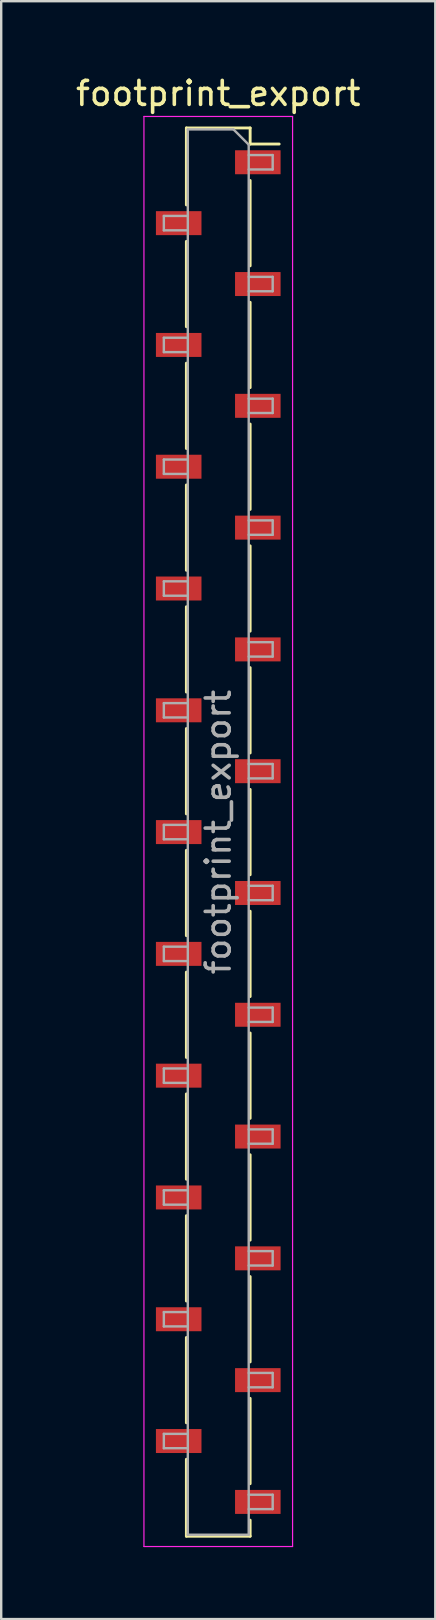
<source format=kicad_pcb>
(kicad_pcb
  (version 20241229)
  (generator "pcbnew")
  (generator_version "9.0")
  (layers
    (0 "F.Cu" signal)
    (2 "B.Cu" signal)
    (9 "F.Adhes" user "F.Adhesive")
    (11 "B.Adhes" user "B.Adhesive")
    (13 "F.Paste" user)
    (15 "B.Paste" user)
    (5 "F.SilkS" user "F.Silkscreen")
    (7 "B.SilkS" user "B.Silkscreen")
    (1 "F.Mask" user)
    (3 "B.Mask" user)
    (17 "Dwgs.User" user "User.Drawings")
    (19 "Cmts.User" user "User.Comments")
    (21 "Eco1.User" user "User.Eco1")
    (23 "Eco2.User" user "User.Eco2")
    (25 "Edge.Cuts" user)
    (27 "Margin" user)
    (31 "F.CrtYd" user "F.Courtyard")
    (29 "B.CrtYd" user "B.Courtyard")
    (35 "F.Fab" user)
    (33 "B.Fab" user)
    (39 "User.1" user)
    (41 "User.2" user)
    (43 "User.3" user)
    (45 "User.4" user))
  (footprint "footprint_export"
    (layer "F.Cu")
    (at 6.054 31.658)
    (property "Reference" "footprint_export" (at 0 -30.81 0) (layer "F.SilkS") (effects (font (size 1 1) (thickness 0.15))))
    (attr smd)
    (fp_line (start -1.33 -29.37) (end -1.33 -26.16) (stroke (width 0.12) (type solid)) (layer "F.SilkS"))
    (fp_line (start -1.33 -29.37) (end 1.33 -29.37) (stroke (width 0.12) (type solid)) (layer "F.SilkS"))
    (fp_line (start -1.33 -24.64) (end -1.33 -21.08) (stroke (width 0.12) (type solid)) (layer "F.SilkS"))
    (fp_line (start -1.33 -19.56) (end -1.33 -16) (stroke (width 0.12) (type solid)) (layer "F.SilkS"))
    (fp_line (start -1.33 -14.48) (end -1.33 -10.92) (stroke (width 0.12) (type solid)) (layer "F.SilkS"))
    (fp_line (start -1.33 -9.4) (end -1.33 -5.84) (stroke (width 0.12) (type solid)) (layer "F.SilkS"))
    (fp_line (start -1.33 -4.32) (end -1.33 -0.76) (stroke (width 0.12) (type solid)) (layer "F.SilkS"))
    (fp_line (start -1.33 0.76) (end -1.33 4.32) (stroke (width 0.12) (type solid)) (layer "F.SilkS"))
    (fp_line (start -1.33 5.84) (end -1.33 9.4) (stroke (width 0.12) (type solid)) (layer "F.SilkS"))
    (fp_line (start -1.33 10.92) (end -1.33 14.48) (stroke (width 0.12) (type solid)) (layer "F.SilkS"))
    (fp_line (start -1.33 16) (end -1.33 19.56) (stroke (width 0.12) (type solid)) (layer "F.SilkS"))
    (fp_line (start -1.33 21.08) (end -1.33 24.64) (stroke (width 0.12) (type solid)) (layer "F.SilkS"))
    (fp_line (start -1.33 26.16) (end -1.33 29.37) (stroke (width 0.12) (type solid)) (layer "F.SilkS"))
    (fp_line (start -1.33 29.37) (end 1.33 29.37) (stroke (width 0.12) (type solid)) (layer "F.SilkS"))
    (fp_line (start 1.33 -29.37) (end 1.33 -28.7) (stroke (width 0.12) (type solid)) (layer "F.SilkS"))
    (fp_line (start 1.33 -28.7) (end 2.54 -28.7) (stroke (width 0.12) (type solid)) (layer "F.SilkS"))
    (fp_line (start 1.33 -27.18) (end 1.33 -23.62) (stroke (width 0.12) (type solid)) (layer "F.SilkS"))
    (fp_line (start 1.33 -22.1) (end 1.33 -18.54) (stroke (width 0.12) (type solid)) (layer "F.SilkS"))
    (fp_line (start 1.33 -17.02) (end 1.33 -13.46) (stroke (width 0.12) (type solid)) (layer "F.SilkS"))
    (fp_line (start 1.33 -11.94) (end 1.33 -8.38) (stroke (width 0.12) (type solid)) (layer "F.SilkS"))
    (fp_line (start 1.33 -6.86) (end 1.33 -3.3) (stroke (width 0.12) (type solid)) (layer "F.SilkS"))
    (fp_line (start 1.33 -1.78) (end 1.33 1.78) (stroke (width 0.12) (type solid)) (layer "F.SilkS"))
    (fp_line (start 1.33 3.3) (end 1.33 6.86) (stroke (width 0.12) (type solid)) (layer "F.SilkS"))
    (fp_line (start 1.33 8.38) (end 1.33 11.94) (stroke (width 0.12) (type solid)) (layer "F.SilkS"))
    (fp_line (start 1.33 13.46) (end 1.33 17.02) (stroke (width 0.12) (type solid)) (layer "F.SilkS"))
    (fp_line (start 1.33 18.54) (end 1.33 22.1) (stroke (width 0.12) (type solid)) (layer "F.SilkS"))
    (fp_line (start 1.33 23.62) (end 1.33 27.18) (stroke (width 0.12) (type solid)) (layer "F.SilkS"))
    (fp_line (start 1.33 28.7) (end 1.33 29.37) (stroke (width 0.12) (type solid)) (layer "F.SilkS"))
    (fp_line (start -3.1 -29.85) (end 3.1 -29.85) (stroke (width 0.05) (type solid)) (layer "F.CrtYd"))
    (fp_line (start -3.1 29.8) (end -3.1 -29.85) (stroke (width 0.05) (type solid)) (layer "F.CrtYd"))
    (fp_line (start 3.1 -29.85) (end 3.1 29.8) (stroke (width 0.05) (type solid)) (layer "F.CrtYd"))
    (fp_line (start 3.1 29.8) (end -3.1 29.8) (stroke (width 0.05) (type solid)) (layer "F.CrtYd"))
    (fp_line (start -2.27 -25.7) (end -1.27 -25.7) (stroke (width 0.1) (type solid)) (layer "F.Fab"))
    (fp_line (start -2.27 -25.1) (end -2.27 -25.7) (stroke (width 0.1) (type solid)) (layer "F.Fab"))
    (fp_line (start -2.27 -20.62) (end -1.27 -20.62) (stroke (width 0.1) (type solid)) (layer "F.Fab"))
    (fp_line (start -2.27 -20.02) (end -2.27 -20.62) (stroke (width 0.1) (type solid)) (layer "F.Fab"))
    (fp_line (start -2.27 -15.54) (end -1.27 -15.54) (stroke (width 0.1) (type solid)) (layer "F.Fab"))
    (fp_line (start -2.27 -14.94) (end -2.27 -15.54) (stroke (width 0.1) (type solid)) (layer "F.Fab"))
    (fp_line (start -2.27 -10.46) (end -1.27 -10.46) (stroke (width 0.1) (type solid)) (layer "F.Fab"))
    (fp_line (start -2.27 -9.86) (end -2.27 -10.46) (stroke (width 0.1) (type solid)) (layer "F.Fab"))
    (fp_line (start -2.27 -5.38) (end -1.27 -5.38) (stroke (width 0.1) (type solid)) (layer "F.Fab"))
    (fp_line (start -2.27 -4.78) (end -2.27 -5.38) (stroke (width 0.1) (type solid)) (layer "F.Fab"))
    (fp_line (start -2.27 -0.3) (end -1.27 -0.3) (stroke (width 0.1) (type solid)) (layer "F.Fab"))
    (fp_line (start -2.27 0.3) (end -2.27 -0.3) (stroke (width 0.1) (type solid)) (layer "F.Fab"))
    (fp_line (start -2.27 4.78) (end -1.27 4.78) (stroke (width 0.1) (type solid)) (layer "F.Fab"))
    (fp_line (start -2.27 5.38) (end -2.27 4.78) (stroke (width 0.1) (type solid)) (layer "F.Fab"))
    (fp_line (start -2.27 9.86) (end -1.27 9.86) (stroke (width 0.1) (type solid)) (layer "F.Fab"))
    (fp_line (start -2.27 10.46) (end -2.27 9.86) (stroke (width 0.1) (type solid)) (layer "F.Fab"))
    (fp_line (start -2.27 14.94) (end -1.27 14.94) (stroke (width 0.1) (type solid)) (layer "F.Fab"))
    (fp_line (start -2.27 15.54) (end -2.27 14.94) (stroke (width 0.1) (type solid)) (layer "F.Fab"))
    (fp_line (start -2.27 20.02) (end -1.27 20.02) (stroke (width 0.1) (type solid)) (layer "F.Fab"))
    (fp_line (start -2.27 20.62) (end -2.27 20.02) (stroke (width 0.1) (type solid)) (layer "F.Fab"))
    (fp_line (start -2.27 25.1) (end -1.27 25.1) (stroke (width 0.1) (type solid)) (layer "F.Fab"))
    (fp_line (start -2.27 25.7) (end -2.27 25.1) (stroke (width 0.1) (type solid)) (layer "F.Fab"))
    (fp_line (start -1.27 -29.31) (end 0.635 -29.31) (stroke (width 0.1) (type solid)) (layer "F.Fab"))
    (fp_line (start -1.27 -25.1) (end -2.27 -25.1) (stroke (width 0.1) (type solid)) (layer "F.Fab"))
    (fp_line (start -1.27 -20.02) (end -2.27 -20.02) (stroke (width 0.1) (type solid)) (layer "F.Fab"))
    (fp_line (start -1.27 -14.94) (end -2.27 -14.94) (stroke (width 0.1) (type solid)) (layer "F.Fab"))
    (fp_line (start -1.27 -9.86) (end -2.27 -9.86) (stroke (width 0.1) (type solid)) (layer "F.Fab"))
    (fp_line (start -1.27 -4.78) (end -2.27 -4.78) (stroke (width 0.1) (type solid)) (layer "F.Fab"))
    (fp_line (start -1.27 0.3) (end -2.27 0.3) (stroke (width 0.1) (type solid)) (layer "F.Fab"))
    (fp_line (start -1.27 5.38) (end -2.27 5.38) (stroke (width 0.1) (type solid)) (layer "F.Fab"))
    (fp_line (start -1.27 10.46) (end -2.27 10.46) (stroke (width 0.1) (type solid)) (layer "F.Fab"))
    (fp_line (start -1.27 15.54) (end -2.27 15.54) (stroke (width 0.1) (type solid)) (layer "F.Fab"))
    (fp_line (start -1.27 20.62) (end -2.27 20.62) (stroke (width 0.1) (type solid)) (layer "F.Fab"))
    (fp_line (start -1.27 25.7) (end -2.27 25.7) (stroke (width 0.1) (type solid)) (layer "F.Fab"))
    (fp_line (start -1.27 29.31) (end -1.27 -29.31) (stroke (width 0.1) (type solid)) (layer "F.Fab"))
    (fp_line (start 0.635 -29.31) (end 1.27 -28.675) (stroke (width 0.1) (type solid)) (layer "F.Fab"))
    (fp_line (start 1.27 -28.675) (end 1.27 29.31) (stroke (width 0.1) (type solid)) (layer "F.Fab"))
    (fp_line (start 1.27 -28.24) (end 2.27 -28.24) (stroke (width 0.1) (type solid)) (layer "F.Fab"))
    (fp_line (start 1.27 -23.16) (end 2.27 -23.16) (stroke (width 0.1) (type solid)) (layer "F.Fab"))
    (fp_line (start 1.27 -18.08) (end 2.27 -18.08) (stroke (width 0.1) (type solid)) (layer "F.Fab"))
    (fp_line (start 1.27 -13) (end 2.27 -13) (stroke (width 0.1) (type solid)) (layer "F.Fab"))
    (fp_line (start 1.27 -7.92) (end 2.27 -7.92) (stroke (width 0.1) (type solid)) (layer "F.Fab"))
    (fp_line (start 1.27 -2.84) (end 2.27 -2.84) (stroke (width 0.1) (type solid)) (layer "F.Fab"))
    (fp_line (start 1.27 2.24) (end 2.27 2.24) (stroke (width 0.1) (type solid)) (layer "F.Fab"))
    (fp_line (start 1.27 7.32) (end 2.27 7.32) (stroke (width 0.1) (type solid)) (layer "F.Fab"))
    (fp_line (start 1.27 12.4) (end 2.27 12.4) (stroke (width 0.1) (type solid)) (layer "F.Fab"))
    (fp_line (start 1.27 17.48) (end 2.27 17.48) (stroke (width 0.1) (type solid)) (layer "F.Fab"))
    (fp_line (start 1.27 22.56) (end 2.27 22.56) (stroke (width 0.1) (type solid)) (layer "F.Fab"))
    (fp_line (start 1.27 27.64) (end 2.27 27.64) (stroke (width 0.1) (type solid)) (layer "F.Fab"))
    (fp_line (start 1.27 29.31) (end -1.27 29.31) (stroke (width 0.1) (type solid)) (layer "F.Fab"))
    (fp_line (start 2.27 -28.24) (end 2.27 -27.64) (stroke (width 0.1) (type solid)) (layer "F.Fab"))
    (fp_line (start 2.27 -27.64) (end 1.27 -27.64) (stroke (width 0.1) (type solid)) (layer "F.Fab"))
    (fp_line (start 2.27 -23.16) (end 2.27 -22.56) (stroke (width 0.1) (type solid)) (layer "F.Fab"))
    (fp_line (start 2.27 -22.56) (end 1.27 -22.56) (stroke (width 0.1) (type solid)) (layer "F.Fab"))
    (fp_line (start 2.27 -18.08) (end 2.27 -17.48) (stroke (width 0.1) (type solid)) (layer "F.Fab"))
    (fp_line (start 2.27 -17.48) (end 1.27 -17.48) (stroke (width 0.1) (type solid)) (layer "F.Fab"))
    (fp_line (start 2.27 -13) (end 2.27 -12.4) (stroke (width 0.1) (type solid)) (layer "F.Fab"))
    (fp_line (start 2.27 -12.4) (end 1.27 -12.4) (stroke (width 0.1) (type solid)) (layer "F.Fab"))
    (fp_line (start 2.27 -7.92) (end 2.27 -7.32) (stroke (width 0.1) (type solid)) (layer "F.Fab"))
    (fp_line (start 2.27 -7.32) (end 1.27 -7.32) (stroke (width 0.1) (type solid)) (layer "F.Fab"))
    (fp_line (start 2.27 -2.84) (end 2.27 -2.24) (stroke (width 0.1) (type solid)) (layer "F.Fab"))
    (fp_line (start 2.27 -2.24) (end 1.27 -2.24) (stroke (width 0.1) (type solid)) (layer "F.Fab"))
    (fp_line (start 2.27 2.24) (end 2.27 2.84) (stroke (width 0.1) (type solid)) (layer "F.Fab"))
    (fp_line (start 2.27 2.84) (end 1.27 2.84) (stroke (width 0.1) (type solid)) (layer "F.Fab"))
    (fp_line (start 2.27 7.32) (end 2.27 7.92) (stroke (width 0.1) (type solid)) (layer "F.Fab"))
    (fp_line (start 2.27 7.92) (end 1.27 7.92) (stroke (width 0.1) (type solid)) (layer "F.Fab"))
    (fp_line (start 2.27 12.4) (end 2.27 13) (stroke (width 0.1) (type solid)) (layer "F.Fab"))
    (fp_line (start 2.27 13) (end 1.27 13) (stroke (width 0.1) (type solid)) (layer "F.Fab"))
    (fp_line (start 2.27 17.48) (end 2.27 18.08) (stroke (width 0.1) (type solid)) (layer "F.Fab"))
    (fp_line (start 2.27 18.08) (end 1.27 18.08) (stroke (width 0.1) (type solid)) (layer "F.Fab"))
    (fp_line (start 2.27 22.56) (end 2.27 23.16) (stroke (width 0.1) (type solid)) (layer "F.Fab"))
    (fp_line (start 2.27 23.16) (end 1.27 23.16) (stroke (width 0.1) (type solid)) (layer "F.Fab"))
    (fp_line (start 2.27 27.64) (end 2.27 28.24) (stroke (width 0.1) (type solid)) (layer "F.Fab"))
    (fp_line (start 2.27 28.24) (end 1.27 28.24) (stroke (width 0.1) (type solid)) (layer "F.Fab"))
    (fp_text user "${REFERENCE}" (at 0 0 90) (layer "F.Fab") (effects (font (size 1 1) (thickness 0.15))))
    (pad "1" smd rect (at 1.65 -27.94) (size 1.9 1) (layers "F.Cu" "F.Mask" "F.Paste"))
    (pad "2" smd rect (at -1.65 -25.4) (size 1.9 1) (layers "F.Cu" "F.Mask" "F.Paste"))
    (pad "3" smd rect (at 1.65 -22.86) (size 1.9 1) (layers "F.Cu" "F.Mask" "F.Paste"))
    (pad "4" smd rect (at -1.65 -20.32) (size 1.9 1) (layers "F.Cu" "F.Mask" "F.Paste"))
    (pad "5" smd rect (at 1.65 -17.78) (size 1.9 1) (layers "F.Cu" "F.Mask" "F.Paste"))
    (pad "6" smd rect (at -1.65 -15.24) (size 1.9 1) (layers "F.Cu" "F.Mask" "F.Paste"))
    (pad "7" smd rect (at 1.65 -12.7) (size 1.9 1) (layers "F.Cu" "F.Mask" "F.Paste"))
    (pad "8" smd rect (at -1.65 -10.16) (size 1.9 1) (layers "F.Cu" "F.Mask" "F.Paste"))
    (pad "9" smd rect (at 1.65 -7.62) (size 1.9 1) (layers "F.Cu" "F.Mask" "F.Paste"))
    (pad "10" smd rect (at -1.65 -5.08) (size 1.9 1) (layers "F.Cu" "F.Mask" "F.Paste"))
    (pad "11" smd rect (at 1.65 -2.54) (size 1.9 1) (layers "F.Cu" "F.Mask" "F.Paste"))
    (pad "12" smd rect (at -1.65 0) (size 1.9 1) (layers "F.Cu" "F.Mask" "F.Paste"))
    (pad "13" smd rect (at 1.65 2.54) (size 1.9 1) (layers "F.Cu" "F.Mask" "F.Paste"))
    (pad "14" smd rect (at -1.65 5.08) (size 1.9 1) (layers "F.Cu" "F.Mask" "F.Paste"))
    (pad "15" smd rect (at 1.65 7.62) (size 1.9 1) (layers "F.Cu" "F.Mask" "F.Paste"))
    (pad "16" smd rect (at -1.65 10.16) (size 1.9 1) (layers "F.Cu" "F.Mask" "F.Paste"))
    (pad "17" smd rect (at 1.65 12.7) (size 1.9 1) (layers "F.Cu" "F.Mask" "F.Paste"))
    (pad "18" smd rect (at -1.65 15.24) (size 1.9 1) (layers "F.Cu" "F.Mask" "F.Paste"))
    (pad "19" smd rect (at 1.65 17.78) (size 1.9 1) (layers "F.Cu" "F.Mask" "F.Paste"))
    (pad "20" smd rect (at -1.65 20.32) (size 1.9 1) (layers "F.Cu" "F.Mask" "F.Paste"))
    (pad "21" smd rect (at 1.65 22.86) (size 1.9 1) (layers "F.Cu" "F.Mask" "F.Paste"))
    (pad "22" smd rect (at -1.65 25.4) (size 1.9 1) (layers "F.Cu" "F.Mask" "F.Paste"))
    (pad "23" smd rect (at 1.65 27.94) (size 1.9 1) (layers "F.Cu" "F.Mask" "F.Paste")))
  (gr_rect
    (start -3 -3)
    (end 15.107 64.483)
    (stroke (width 0.1) (type default))
    (fill no)
    (layer "Edge.Cuts")))
</source>
